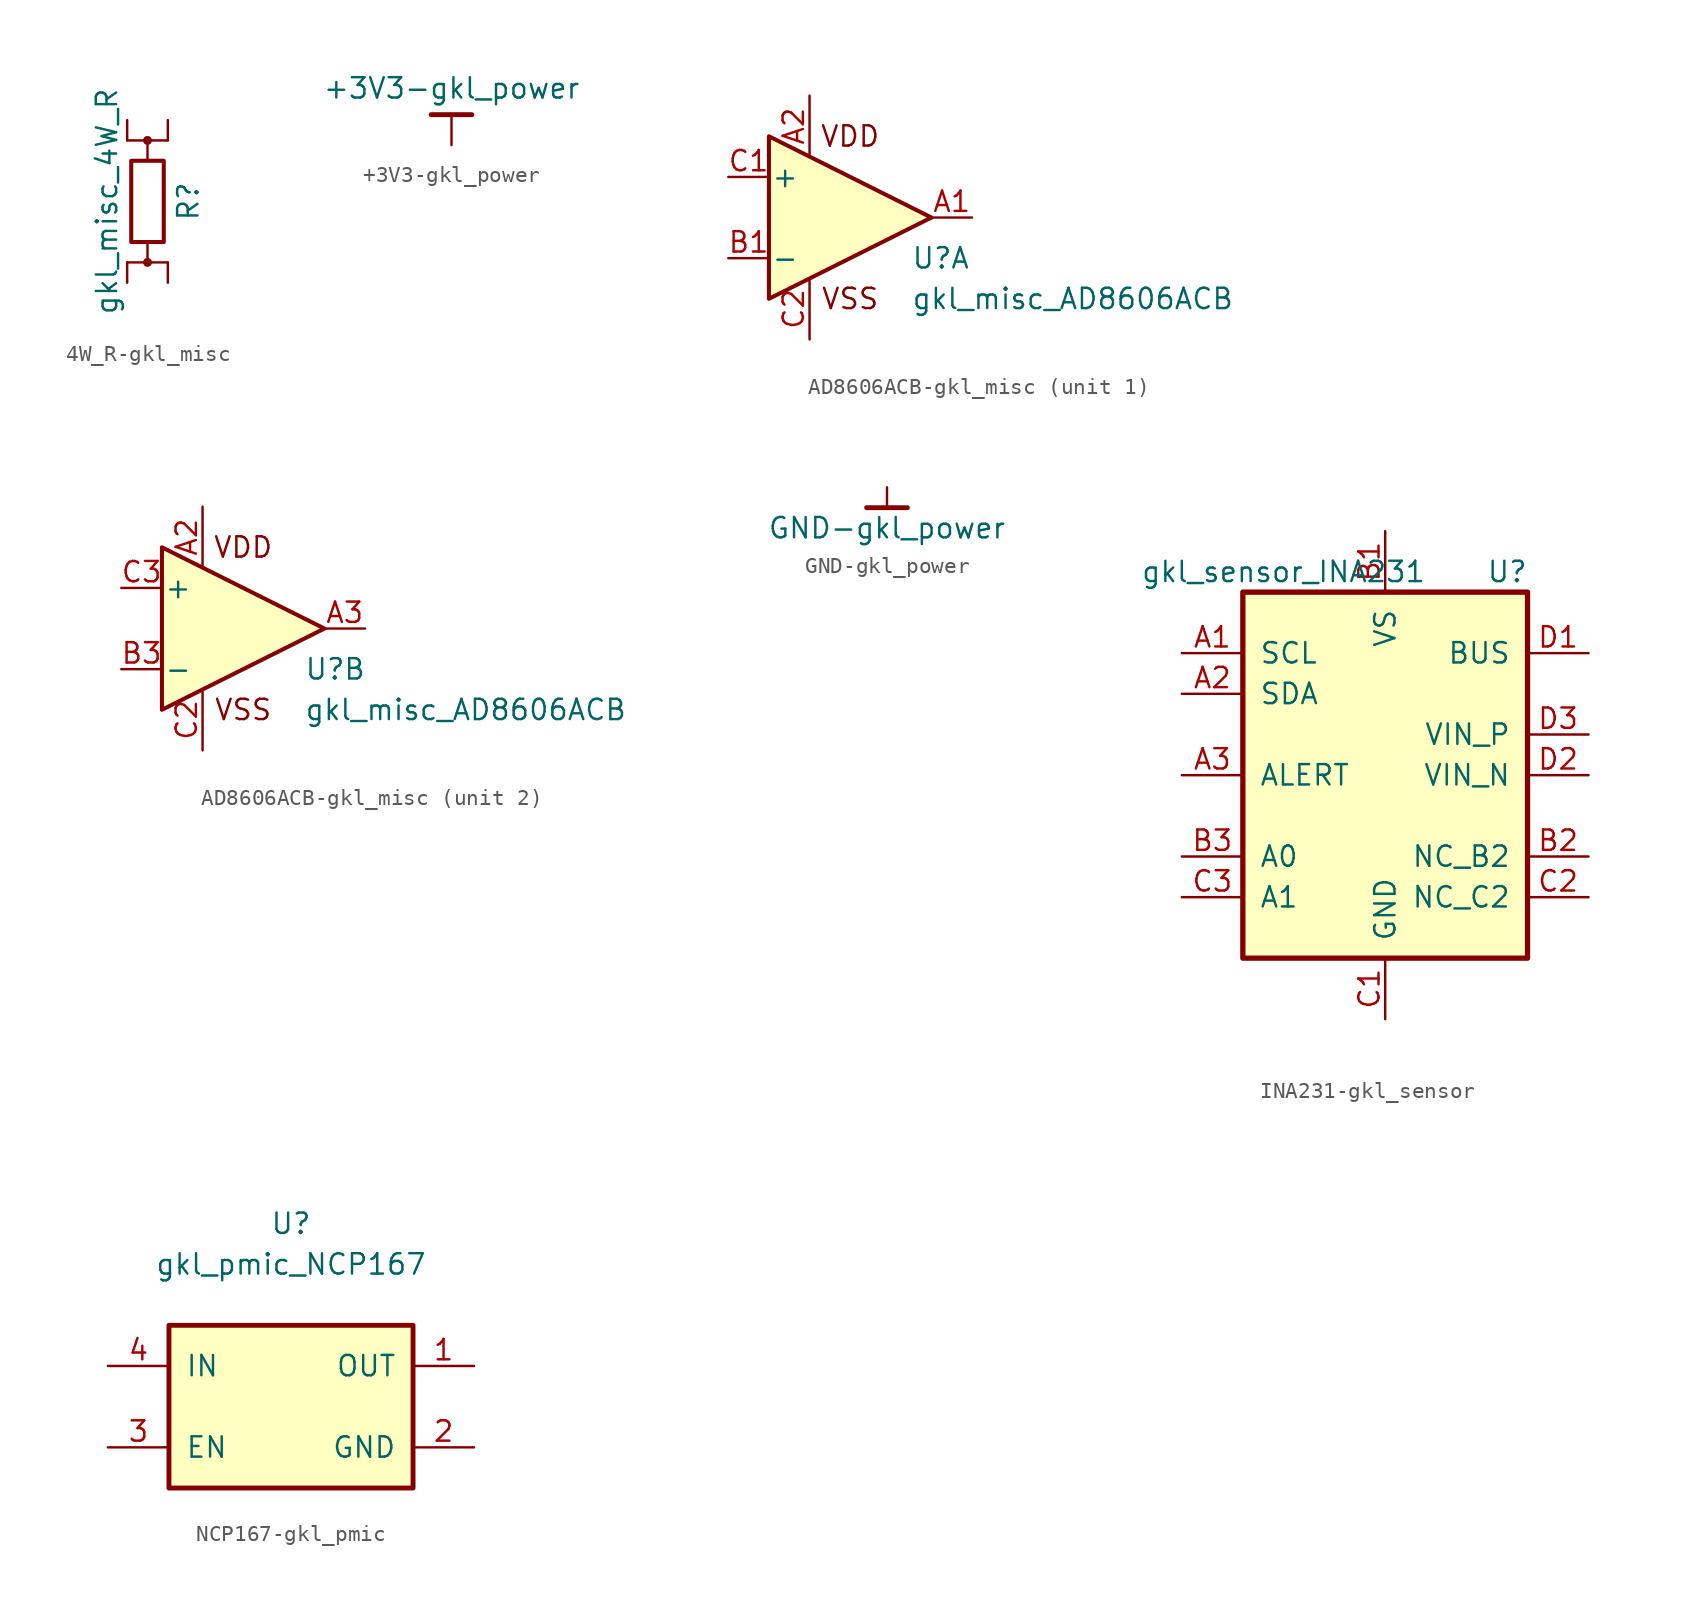
<source format=kicad_sym>
(kicad_symbol_lib
  (version 20220914)
  (generator kicad_symbol_editor)
  (symbol "4W_R-gkl_misc"
    (pin_numbers hide)
    (pin_names
      (offset 1.016) hide)
    (property "Reference" "R"
      (at 2.54 0 90)
      (effects (font (size 1.27 1.27))))
    (property "Value" "gkl_misc_4W_R"
      (at -2.54 0 90)
      (effects (font (size 1.27 1.27))))
    (symbol "4W_R-gkl_misc_0_1"
      (circle (center 0 -3.81) (radius 0.203) (stroke (width 0) (type solid)) (fill (type outline)))
      (polyline (pts (xy 1.27 -3.81) (xy 0 -3.81)) (stroke (width 0) (type solid)) (fill (type none)))
      (polyline (pts (xy 1.27 3.81) (xy 0 3.81)) (stroke (width 0) (type solid)) (fill (type none)))
      (polyline (pts (xy -1.27 -3.81) (xy 0 -3.81) (xy 0 -2.54)) (stroke (width 0) (type solid)) (fill (type none)))
      (polyline (pts (xy 0 2.54) (xy 0 3.81) (xy -1.27 3.81)) (stroke (width 0) (type solid)) (fill (type none)))
      (circle (center 0 3.81) (radius 0.203) (stroke (width 0) (type solid)) (fill (type outline))))
    (symbol "4W_R-gkl_misc_1_1"
      (rectangle (start -1.016 -2.54) (end 1.016 2.54) (stroke (width 0.254) (type solid)) (fill (type none)))
      (pin passive line (at -1.27 5.08 270) (length 1.27) (name "~" (effects (font (size 1.27 1.27)))) (number "1" (effects (font (size 1.27 1.27)))))
      (pin passive line (at -1.27 -5.08 90) (length 1.27) (name "~" (effects (font (size 1.27 1.27)))) (number "2" (effects (font (size 1.27 1.27)))))
      (pin passive line (at 1.27 5.08 270) (length 1.27) (name "~" (effects (font (size 1.27 1.27)))) (number "3" (effects (font (size 1.27 1.27)))))
      (pin passive line (at 1.27 -5.08 90) (length 1.27) (name "~" (effects (font (size 1.27 1.27)))) (number "4" (effects (font (size 1.27 1.27)))))))
  (symbol "+3V3-gkl_power"
    (power)
    (pin_names
      (offset 0))
    (property "Reference" "#PWR"
      (at 0 -3.81 0)
      (effects (font (size 1.27 1.27)) hide))
    (property "Value" "+3V3-gkl_power"
      (at 0 3.556 0)
      (effects (font (size 1.27 1.27))))
    (symbol "+3V3-gkl_power_0_1"
      (polyline (pts (xy -1.27 1.905) (xy 1.27 1.905)) (stroke (width 0.305) (type solid)) (fill (type none)))
      (polyline (pts (xy 0 0) (xy 0 1.905)) (stroke (width 0) (type solid)) (fill (type none))))
    (symbol "+3V3-gkl_power_1_1"
      (pin power_in line (at 0 0 90) (length 0) hide (name "+3V3" (effects (font (size 1.27 1.27)))) (number "1" (effects (font (size 1.27 1.27)))))))
  (symbol "AD8606ACB-gkl_misc"
    (pin_names
      (offset 0.127))
    (property "Reference" "U"
      (at 3.81 -2.54 0)
      (effects (font (size 1.27 1.27)) (justify left)))
    (property "Value" "gkl_misc_AD8606ACB"
      (at 3.81 -5.08 0)
      (effects (font (size 1.27 1.27)) (justify left)))
    (symbol "AD8606ACB-gkl_misc_0_0"
      (text "VDD" (at 0 5.08 0) (effects (font (size 1.27 1.27))))
      (text "VSS" (at 0 -5.08 0) (effects (font (size 1.27 1.27)))))
    (symbol "AD8606ACB-gkl_misc_1_1"
      (polyline (pts (xy -5.08 5.08) (xy 5.08 0) (xy -5.08 -5.08) (xy -5.08 5.08)) (stroke (width 0.254) (type solid)) (fill (type background)))
      (pin output line (at 7.62 0 180) (length 2.54) (name "~" (effects (font (size 1.27 1.27)))) (number "A1" (effects (font (size 1.27 1.27)))))
      (pin power_in line (at -2.54 7.62 270) (length 3.81) (name "~" (effects (font (size 1.27 1.27)))) (number "A2" (effects (font (size 1.27 1.27)))))
      (pin input line (at -7.62 -2.54 0) (length 2.54) (name "-" (effects (font (size 1.27 1.27)))) (number "B1" (effects (font (size 1.27 1.27)))))
      (pin input line (at -7.62 2.54 0) (length 2.54) (name "+" (effects (font (size 1.27 1.27)))) (number "C1" (effects (font (size 1.27 1.27)))))
      (pin power_in line (at -2.54 -7.62 90) (length 3.81) (name "~" (effects (font (size 1.27 1.27)))) (number "C2" (effects (font (size 1.27 1.27))))))
    (symbol "AD8606ACB-gkl_misc_2_1"
      (polyline (pts (xy -5.08 5.08) (xy 5.08 0) (xy -5.08 -5.08) (xy -5.08 5.08)) (stroke (width 0.254) (type solid)) (fill (type background)))
      (pin power_in line (at -2.54 7.62 270) (length 3.81) (name "~" (effects (font (size 1.27 1.27)))) (number "A2" (effects (font (size 1.27 1.27)))))
      (pin output line (at 7.62 0 180) (length 2.54) (name "~" (effects (font (size 1.27 1.27)))) (number "A3" (effects (font (size 1.27 1.27)))))
      (pin input line (at -7.62 -2.54 0) (length 2.54) (name "-" (effects (font (size 1.27 1.27)))) (number "B3" (effects (font (size 1.27 1.27)))))
      (pin power_in line (at -2.54 -7.62 90) (length 3.81) (name "~" (effects (font (size 1.27 1.27)))) (number "C2" (effects (font (size 1.27 1.27)))))
      (pin input line (at -7.62 2.54 0) (length 2.54) (name "+" (effects (font (size 1.27 1.27)))) (number "C3" (effects (font (size 1.27 1.27)))))))
  (symbol "GND-gkl_power"
    (power)
    (pin_names
      (offset 0))
    (property "Reference" "#PWR"
      (at 0 -6.35 0)
      (effects (font (size 1.27 1.27)) hide))
    (property "Value" "GND-gkl_power"
      (at 0 -2.54 0)
      (effects (font (size 1.27 1.27))))
    (symbol "GND-gkl_power_0_1"
      (polyline (pts (xy 0 -1.27) (xy 0 0)) (stroke (width 0) (type solid)) (fill (type none)))
      (polyline (pts (xy 1.27 -1.27) (xy -1.27 -1.27)) (stroke (width 0.305) (type solid)) (fill (type none))))
    (symbol "GND-gkl_power_1_1"
      (pin power_in line (at 0 0 270) (length 0) hide (name "GND" (effects (font (size 1.27 1.27)))) (number "1" (effects (font (size 1.27 1.27)))))))
  (symbol "INA231-gkl_sensor"
    (pin_names
      (offset 1.016))
    (property "Reference" "U"
      (at 7.62 11.43 0)
      (effects (font (size 1.27 1.27))))
    (property "Value" "gkl_sensor_INA231"
      (at -6.35 11.43 0)
      (effects (font (size 1.27 1.27))))
    (symbol "INA231-gkl_sensor_0_1"
      (rectangle (start -8.89 10.16) (end 8.89 -12.7) (stroke (width 0.33) (type solid)) (fill (type background))))
    (symbol "INA231-gkl_sensor_1_1"
      (pin input line (at -12.7 6.35 0) (length 3.81) (name "SCL" (effects (font (size 1.27 1.27)))) (number "A1" (effects (font (size 1.27 1.27)))))
      (pin input line (at -12.7 3.81 0) (length 3.81) (name "SDA" (effects (font (size 1.27 1.27)))) (number "A2" (effects (font (size 1.27 1.27)))))
      (pin input line (at -12.7 -1.27 0) (length 3.81) (name "ALERT" (effects (font (size 1.27 1.27)))) (number "A3" (effects (font (size 1.27 1.27)))))
      (pin power_in line (at 0 13.97 270) (length 3.81) (name "VS" (effects (font (size 1.27 1.27)))) (number "B1" (effects (font (size 1.27 1.27)))))
      (pin input line (at 12.7 -6.35 180) (length 3.81) (name "NC_B2" (effects (font (size 1.27 1.27)))) (number "B2" (effects (font (size 1.27 1.27)))))
      (pin input line (at -12.7 -6.35 0) (length 3.81) (name "A0" (effects (font (size 1.27 1.27)))) (number "B3" (effects (font (size 1.27 1.27)))))
      (pin power_in line (at 0 -16.51 90) (length 3.81) (name "GND" (effects (font (size 1.27 1.27)))) (number "C1" (effects (font (size 1.27 1.27)))))
      (pin input line (at 12.7 -8.89 180) (length 3.81) (name "NC_C2" (effects (font (size 1.27 1.27)))) (number "C2" (effects (font (size 1.27 1.27)))))
      (pin input line (at -12.7 -8.89 0) (length 3.81) (name "A1" (effects (font (size 1.27 1.27)))) (number "C3" (effects (font (size 1.27 1.27)))))
      (pin input line (at 12.7 6.35 180) (length 3.81) (name "BUS" (effects (font (size 1.27 1.27)))) (number "D1" (effects (font (size 1.27 1.27)))))
      (pin input line (at 12.7 -1.27 180) (length 3.81) (name "VIN_N" (effects (font (size 1.27 1.27)))) (number "D2" (effects (font (size 1.27 1.27)))))
      (pin input line (at 12.7 1.27 180) (length 3.81) (name "VIN_P" (effects (font (size 1.27 1.27)))) (number "D3" (effects (font (size 1.27 1.27)))))))
  (symbol "NCP167-gkl_pmic"
    (pin_names
      (offset 1.016))
    (property "Reference" "U"
      (at 0 11.43 0)
      (effects (font (size 1.27 1.27))))
    (property "Value" "gkl_pmic_NCP167"
      (at 0 8.89 0)
      (effects (font (size 1.27 1.27))))
    (symbol "NCP167-gkl_pmic_0_1"
      (rectangle (start -7.62 5.08) (end 7.62 -5.08) (stroke (width 0.305) (type solid)) (fill (type background))))
    (symbol "NCP167-gkl_pmic_1_1"
      (pin input line (at 11.43 2.54 180) (length 3.81) (name "OUT" (effects (font (size 1.27 1.27)))) (number "1" (effects (font (size 1.27 1.27)))))
      (pin input line (at 11.43 -2.54 180) (length 3.81) (name "GND" (effects (font (size 1.27 1.27)))) (number "2" (effects (font (size 1.27 1.27)))))
      (pin input line (at -11.43 -2.54 0) (length 3.81) (name "EN" (effects (font (size 1.27 1.27)))) (number "3" (effects (font (size 1.27 1.27)))))
      (pin input line (at -11.43 2.54 0) (length 3.81) (name "IN" (effects (font (size 1.27 1.27)))) (number "4" (effects (font (size 1.27 1.27))))))))
</source>
